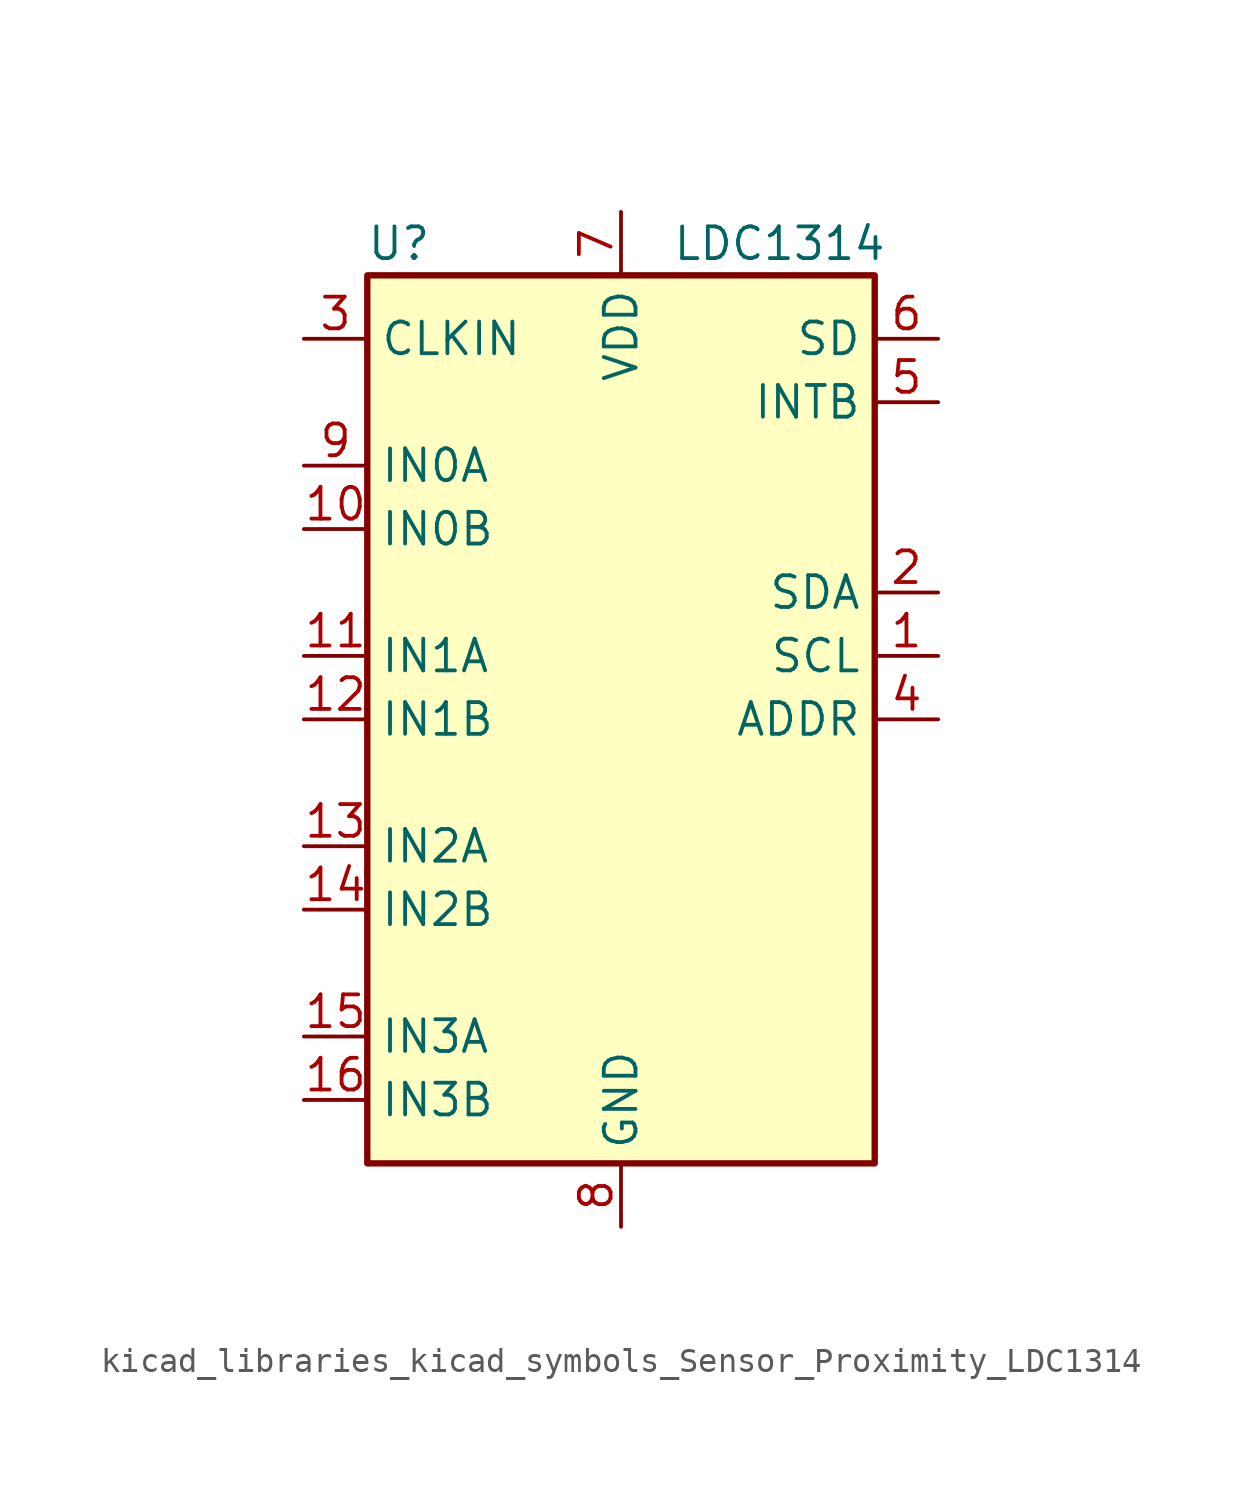
<source format=kicad_sym>
(kicad_symbol_lib
  (version 20220914)
  (generator kicad_symbol_editor)
  (symbol "kicad_libraries_kicad_symbols_Sensor_Proximity_LDC1314"
    (property "Reference" "U"
      (at -8.89 19.05 0)
      (effects (font (size 1.27 1.27))))
    (property "Value" "LDC1314"
      (at 6.35 19.05 0)
      (effects (font (size 1.27 1.27))))
    (symbol "kicad_libraries_kicad_symbols_Sensor_Proximity_LDC1314_0_1"
      (rectangle (start -10.16 -17.78) (end 10.16 17.78) (stroke (width 0.254) (type default)) (fill (type background))))
    (symbol "kicad_libraries_kicad_symbols_Sensor_Proximity_LDC1314_1_1"
      (pin input line (at 12.7 2.54 180) (length 2.54) (name "SCL" (effects (font (size 1.27 1.27)))) (number "1" (effects (font (size 1.27 1.27)))))
      (pin input line (at -12.7 7.62 0) (length 2.54) (name "IN0B" (effects (font (size 1.27 1.27)))) (number "10" (effects (font (size 1.27 1.27)))))
      (pin input line (at -12.7 2.54 0) (length 2.54) (name "IN1A" (effects (font (size 1.27 1.27)))) (number "11" (effects (font (size 1.27 1.27)))))
      (pin input line (at -12.7 0 0) (length 2.54) (name "IN1B" (effects (font (size 1.27 1.27)))) (number "12" (effects (font (size 1.27 1.27)))))
      (pin input line (at -12.7 -5.08 0) (length 2.54) (name "IN2A" (effects (font (size 1.27 1.27)))) (number "13" (effects (font (size 1.27 1.27)))))
      (pin input line (at -12.7 -7.62 0) (length 2.54) (name "IN2B" (effects (font (size 1.27 1.27)))) (number "14" (effects (font (size 1.27 1.27)))))
      (pin input line (at -12.7 -12.7 0) (length 2.54) (name "IN3A" (effects (font (size 1.27 1.27)))) (number "15" (effects (font (size 1.27 1.27)))))
      (pin input line (at -12.7 -15.24 0) (length 2.54) (name "IN3B" (effects (font (size 1.27 1.27)))) (number "16" (effects (font (size 1.27 1.27)))))
      (pin passive line (at 0 -20.32 90) (length 2.54) hide (name "GND" (effects (font (size 1.27 1.27)))) (number "17" (effects (font (size 1.27 1.27)))))
      (pin bidirectional line (at 12.7 5.08 180) (length 2.54) (name "SDA" (effects (font (size 1.27 1.27)))) (number "2" (effects (font (size 1.27 1.27)))))
      (pin input line (at -12.7 15.24 0) (length 2.54) (name "CLKIN" (effects (font (size 1.27 1.27)))) (number "3" (effects (font (size 1.27 1.27)))))
      (pin input line (at 12.7 0 180) (length 2.54) (name "ADDR" (effects (font (size 1.27 1.27)))) (number "4" (effects (font (size 1.27 1.27)))))
      (pin open_collector line (at 12.7 12.7 180) (length 2.54) (name "INTB" (effects (font (size 1.27 1.27)))) (number "5" (effects (font (size 1.27 1.27)))))
      (pin input line (at 12.7 15.24 180) (length 2.54) (name "SD" (effects (font (size 1.27 1.27)))) (number "6" (effects (font (size 1.27 1.27)))))
      (pin power_in line (at 0 20.32 270) (length 2.54) (name "VDD" (effects (font (size 1.27 1.27)))) (number "7" (effects (font (size 1.27 1.27)))))
      (pin power_in line (at 0 -20.32 90) (length 2.54) (name "GND" (effects (font (size 1.27 1.27)))) (number "8" (effects (font (size 1.27 1.27)))))
      (pin input line (at -12.7 10.16 0) (length 2.54) (name "IN0A" (effects (font (size 1.27 1.27)))) (number "9" (effects (font (size 1.27 1.27))))))))
</source>
